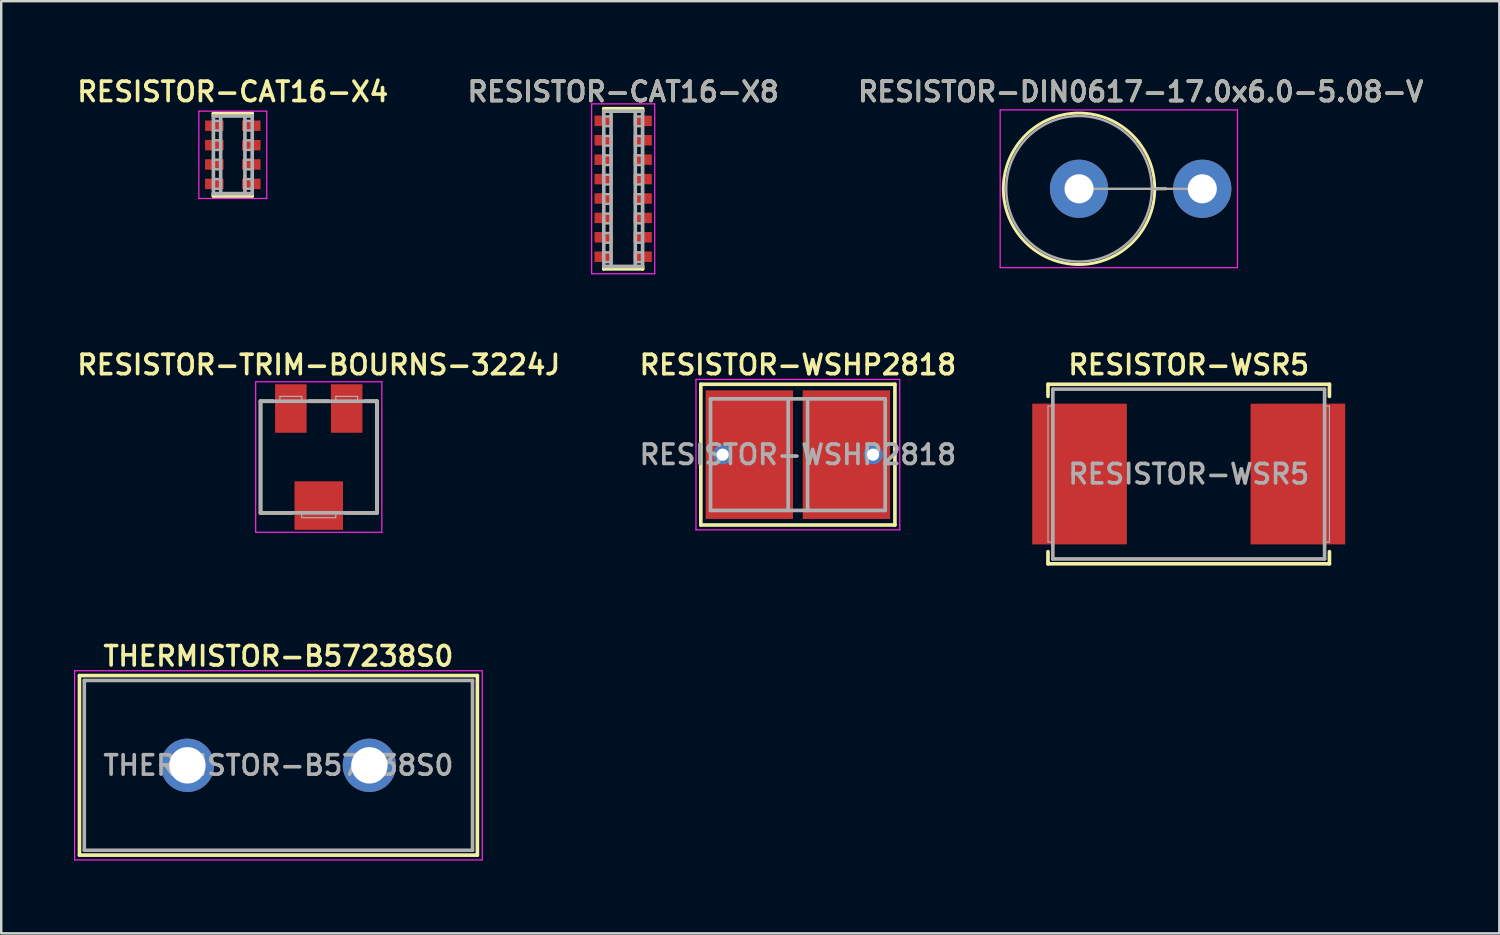
<source format=kicad_pcb>
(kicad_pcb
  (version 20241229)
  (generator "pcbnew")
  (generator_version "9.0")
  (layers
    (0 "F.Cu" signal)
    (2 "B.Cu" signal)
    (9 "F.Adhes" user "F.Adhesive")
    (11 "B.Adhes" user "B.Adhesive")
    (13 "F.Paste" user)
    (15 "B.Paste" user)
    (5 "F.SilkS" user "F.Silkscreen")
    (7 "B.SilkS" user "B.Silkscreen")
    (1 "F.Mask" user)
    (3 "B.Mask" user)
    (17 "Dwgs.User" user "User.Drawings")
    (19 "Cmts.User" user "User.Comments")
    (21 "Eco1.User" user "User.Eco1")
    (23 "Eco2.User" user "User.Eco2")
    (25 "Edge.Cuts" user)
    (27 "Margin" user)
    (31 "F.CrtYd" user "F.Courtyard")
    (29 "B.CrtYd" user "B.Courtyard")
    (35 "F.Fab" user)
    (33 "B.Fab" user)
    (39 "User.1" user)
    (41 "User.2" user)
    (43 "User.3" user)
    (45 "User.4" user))
  (footprint "RESISTOR-WSHP2818"
    (layer "F.Cu")
    (at 29.835 15.688)
    (property "Reference" "RESISTOR-WSHP2818" (at 0 -3.7 0) (layer "F.SilkS") (effects (font (size 0.8 0.8) (thickness 0.15))))
    (attr smd)
    (fp_line (start -4 -2.9) (end -4 2.9) (stroke (width 0.15) (type solid)) (layer "F.SilkS"))
    (fp_line (start -4 -2.9) (end 4 -2.9) (stroke (width 0.15) (type solid)) (layer "F.SilkS"))
    (fp_line (start 4 -2.9) (end 4 2.9) (stroke (width 0.15) (type solid)) (layer "F.SilkS"))
    (fp_line (start 4 2.9) (end -4 2.9) (stroke (width 0.15) (type solid)) (layer "F.SilkS"))
    (fp_line (start -4.2 -3.1) (end -4.2 3.1) (stroke (width 0.05) (type solid)) (layer "F.CrtYd"))
    (fp_line (start -4.2 -3.1) (end 4.2 -3.1) (stroke (width 0.05) (type solid)) (layer "F.CrtYd"))
    (fp_line (start -4.2 3.1) (end 4.2 3.1) (stroke (width 0.05) (type solid)) (layer "F.CrtYd"))
    (fp_line (start 4.2 -3.1) (end 4.2 3.1) (stroke (width 0.05) (type solid)) (layer "F.CrtYd"))
    (fp_line (start -3.6 -2.3) (end 3.6 -2.3) (stroke (width 0.15) (type solid)) (layer "F.Fab"))
    (fp_line (start -3.6 2.3) (end -3.6 -2.3) (stroke (width 0.15) (type solid)) (layer "F.Fab"))
    (fp_line (start -0.4 -2.3) (end -0.4 2.3) (stroke (width 0.15) (type solid)) (layer "F.Fab"))
    (fp_line (start 0.4 -2.3) (end 0.4 2.3) (stroke (width 0.15) (type solid)) (layer "F.Fab"))
    (fp_line (start 3.6 -2.3) (end 3.6 2.3) (stroke (width 0.15) (type solid)) (layer "F.Fab"))
    (fp_line (start 3.6 2.3) (end -3.6 2.3) (stroke (width 0.15) (type solid)) (layer "F.Fab"))
    (fp_text user "${REFERENCE}" (at 0 0 0) (layer "F.Fab") (effects (font (size 0.8 0.8) (thickness 0.15))))
    (pad "1" thru_hole circle (at -3.1 0) (size 0.8 0.8) (drill 0.5) (layers "*.Cu" "*.Mask"))
    (pad "1" smd rect (at -2 0) (size 3.6 5.3) (layers "F.Cu" "F.Mask" "F.Paste"))
    (pad "2" smd rect (at 2 0) (size 3.6 5.3) (layers "F.Cu" "F.Mask" "F.Paste"))
    (pad "2" thru_hole circle (at 3.1 0) (size 0.8 0.8) (drill 0.5) (layers "*.Cu" "*.Mask")))
  (footprint "RESISTOR-DIN0617-17.0x6.0-5.08-V"
    (layer "F.Cu")
    (at 43.963 4.731)
    (property "Reference" "RESISTOR-DIN0617-17.0x6.0-5.08-V" (at 0 -4 0) (layer "F.SilkS") (effects (font (size 0.8 0.8) (thickness 0.15))))
    (attr through_hole)
    (fp_line (start 0.58 0) (end 1.04 0) (stroke (width 0.12) (type solid)) (layer "F.SilkS"))
    (fp_circle (center -2.54 0) (end 0.58 0) (stroke (width 0.12) (type solid)) (fill no) (layer "F.SilkS"))
    (fp_line (start -5.79 -3.25) (end -5.79 3.25) (stroke (width 0.05) (type solid)) (layer "F.CrtYd"))
    (fp_line (start -5.79 3.25) (end 3.99 3.25) (stroke (width 0.05) (type solid)) (layer "F.CrtYd"))
    (fp_line (start 3.99 -3.25) (end -5.79 -3.25) (stroke (width 0.05) (type solid)) (layer "F.CrtYd"))
    (fp_line (start 3.99 3.25) (end 3.99 -3.25) (stroke (width 0.05) (type solid)) (layer "F.CrtYd"))
    (fp_line (start -2.54 0) (end 2.54 0) (stroke (width 0.1) (type solid)) (layer "F.Fab"))
    (fp_circle (center -2.54 0) (end 0.46 0) (stroke (width 0.1) (type solid)) (fill no) (layer "F.Fab"))
    (fp_text user "${REFERENCE}" (at 0 -4 0) (layer "F.Fab") (effects (font (size 0.8 0.8) (thickness 0.15))))
    (pad "1" thru_hole circle (at -2.54 0) (size 2.4 2.4) (drill 1.2) (layers "*.Cu" "*.Mask"))
    (pad "2" thru_hole oval (at 2.54 0) (size 2.4 2.4) (drill 1.2) (layers "*.Cu" "*.Mask")))
  (footprint "RESISTOR-TRIM-BOURNS-3224J"
    (layer "F.Cu")
    (at 10.088 15.787)
    (property "Reference" "RESISTOR-TRIM-BOURNS-3224J" (at 0 -3.8 0) (layer "F.SilkS") (effects (font (size 0.8 0.8) (thickness 0.15))))
    (attr through_hole)
    (fp_line (start -2.4 -2.3) (end -2.4 2.3) (stroke (width 0.15) (type solid)) (layer "F.SilkS"))
    (fp_line (start -2.4 2.3) (end -1.1 2.3) (stroke (width 0.15) (type solid)) (layer "F.SilkS"))
    (fp_line (start -1.9 -2.3) (end -2.4 -2.3) (stroke (width 0.15) (type solid)) (layer "F.SilkS"))
    (fp_line (start -0.4 -2.3) (end 0.4 -2.3) (stroke (width 0.15) (type solid)) (layer "F.SilkS"))
    (fp_line (start 1.1 2.3) (end 2.4 2.3) (stroke (width 0.15) (type solid)) (layer "F.SilkS"))
    (fp_line (start 2.4 -2.3) (end 1.9 -2.3) (stroke (width 0.15) (type solid)) (layer "F.SilkS"))
    (fp_line (start 2.4 2.3) (end 2.4 -2.3) (stroke (width 0.15) (type solid)) (layer "F.SilkS"))
    (fp_line (start -2.6 -3.1) (end 2.6 -3.1) (stroke (width 0.05) (type solid)) (layer "F.CrtYd"))
    (fp_line (start -2.6 3.1) (end -2.6 -3.1) (stroke (width 0.05) (type solid)) (layer "F.CrtYd"))
    (fp_line (start 2.6 -3.1) (end 2.6 3.1) (stroke (width 0.05) (type solid)) (layer "F.CrtYd"))
    (fp_line (start 2.6 3.1) (end -2.6 3.1) (stroke (width 0.05) (type solid)) (layer "F.CrtYd"))
    (fp_line (start -2.4 -2.3) (end 2.4 -2.3) (stroke (width 0.15) (type solid)) (layer "F.Fab"))
    (fp_line (start -2.4 2.3) (end -2.4 -2.3) (stroke (width 0.15) (type solid)) (layer "F.Fab"))
    (fp_line (start -1.6 -2.5) (end -1.6 -2.3) (stroke (width 0.05) (type solid)) (layer "F.Fab"))
    (fp_line (start -0.7 -2.5) (end -1.6 -2.5) (stroke (width 0.05) (type solid)) (layer "F.Fab"))
    (fp_line (start -0.7 -2.3) (end -0.7 -2.5) (stroke (width 0.05) (type solid)) (layer "F.Fab"))
    (fp_line (start -0.7 2.3) (end -0.7 2.5) (stroke (width 0.05) (type solid)) (layer "F.Fab"))
    (fp_line (start -0.7 2.5) (end 0.7 2.5) (stroke (width 0.05) (type solid)) (layer "F.Fab"))
    (fp_line (start 0.7 -2.5) (end 1.6 -2.5) (stroke (width 0.05) (type solid)) (layer "F.Fab"))
    (fp_line (start 0.7 -2.3) (end 0.7 -2.5) (stroke (width 0.05) (type solid)) (layer "F.Fab"))
    (fp_line (start 0.7 2.5) (end 0.7 2.3) (stroke (width 0.05) (type solid)) (layer "F.Fab"))
    (fp_line (start 1.6 -2.5) (end 1.6 -2.3) (stroke (width 0.05) (type solid)) (layer "F.Fab"))
    (fp_line (start 2.4 -2.3) (end 2.4 2.3) (stroke (width 0.15) (type solid)) (layer "F.Fab"))
    (fp_line (start 2.4 2.3) (end -2.4 2.3) (stroke (width 0.15) (type solid)) (layer "F.Fab"))
    (pad "1" smd rect (at -1.15 -2) (size 1.3 2) (layers "F.Cu" "F.Mask" "F.Paste"))
    (pad "2" smd rect (at 0 2) (size 2 2) (layers "F.Cu" "F.Mask" "F.Paste"))
    (pad "3" smd rect (at 1.15 -2) (size 1.3 2) (layers "F.Cu" "F.Mask" "F.Paste")))
  (footprint "RESISTOR-CAT16-X8"
    (layer "F.Cu")
    (at 22.635 4.731)
    (property "Reference" "RESISTOR-CAT16-X8" (at 0 -4 0) (layer "F.SilkS") (effects (font (size 0.8 0.8) (thickness 0.15))))
    (attr through_hole)
    (fp_line (start -0.8 -3.3) (end -0.8 -3.2) (stroke (width 0.15) (type solid)) (layer "F.SilkS"))
    (fp_line (start -0.8 -3.3) (end 0.8 -3.3) (stroke (width 0.15) (type solid)) (layer "F.SilkS"))
    (fp_line (start -0.8 3.2) (end -0.8 3.3) (stroke (width 0.15) (type solid)) (layer "F.SilkS"))
    (fp_line (start -0.8 3.3) (end 0.8 3.3) (stroke (width 0.15) (type solid)) (layer "F.SilkS"))
    (fp_line (start 0.8 -3.3) (end 0.8 -3.2) (stroke (width 0.15) (type solid)) (layer "F.SilkS"))
    (fp_line (start 0.8 3.2) (end 0.8 3.3) (stroke (width 0.15) (type solid)) (layer "F.SilkS"))
    (fp_line (start -1.3 -3.5) (end 1.3 -3.5) (stroke (width 0.05) (type solid)) (layer "F.CrtYd"))
    (fp_line (start -1.3 3.5) (end -1.3 -3.5) (stroke (width 0.05) (type solid)) (layer "F.CrtYd"))
    (fp_line (start -1.3 3.5) (end 1.3 3.5) (stroke (width 0.05) (type solid)) (layer "F.CrtYd"))
    (fp_line (start 1.3 -3.5) (end 1.3 3.5) (stroke (width 0.05) (type solid)) (layer "F.CrtYd"))
    (fp_line (start -0.8 -3.2) (end -0.8 3.2) (stroke (width 0.15) (type solid)) (layer "F.Fab"))
    (fp_line (start -0.8 -3.2) (end 0.8 -3.2) (stroke (width 0.15) (type solid)) (layer "F.Fab"))
    (fp_line (start -0.8 -2.978) (end -0.5 -2.978) (stroke (width 0.1) (type solid)) (layer "F.Fab"))
    (fp_line (start -0.8 -2.579) (end -0.5 -2.579) (stroke (width 0.1) (type solid)) (layer "F.Fab"))
    (fp_line (start -0.8 -1.779) (end -0.5 -1.779) (stroke (width 0.1) (type solid)) (layer "F.Fab"))
    (fp_line (start -0.8 -0.979) (end -0.5 -0.979) (stroke (width 0.1) (type solid)) (layer "F.Fab"))
    (fp_line (start -0.8 -0.577) (end -0.5 -0.577) (stroke (width 0.1) (type solid)) (layer "F.Fab"))
    (fp_line (start -0.8 -0.178) (end -0.5 -0.178) (stroke (width 0.1) (type solid)) (layer "F.Fab"))
    (fp_line (start -0.8 0.223) (end -0.5 0.223) (stroke (width 0.1) (type solid)) (layer "F.Fab"))
    (fp_line (start -0.8 0.622) (end -0.5 0.622) (stroke (width 0.1) (type solid)) (layer "F.Fab"))
    (fp_line (start -0.8 1.023) (end -0.5 1.023) (stroke (width 0.1) (type solid)) (layer "F.Fab"))
    (fp_line (start -0.8 1.422) (end -0.5 1.422) (stroke (width 0.1) (type solid)) (layer "F.Fab"))
    (fp_line (start -0.8 1.823) (end -0.5 1.823) (stroke (width 0.1) (type solid)) (layer "F.Fab"))
    (fp_line (start -0.8 2.222) (end -0.5 2.222) (stroke (width 0.1) (type solid)) (layer "F.Fab"))
    (fp_line (start -0.8 2.623) (end -0.5 2.623) (stroke (width 0.1) (type solid)) (layer "F.Fab"))
    (fp_line (start -0.8 3.022) (end -0.5 3.022) (stroke (width 0.1) (type solid)) (layer "F.Fab"))
    (fp_line (start -0.8 3.2) (end 0.8 3.2) (stroke (width 0.15) (type solid)) (layer "F.Fab"))
    (fp_line (start -0.5 -2.177) (end -0.8 -2.177) (stroke (width 0.1) (type solid)) (layer "F.Fab"))
    (fp_line (start -0.5 -1.377) (end -0.8 -1.377) (stroke (width 0.1) (type solid)) (layer "F.Fab"))
    (fp_line (start -0.5 3.2) (end -0.5 -3.2) (stroke (width 0.15) (type solid)) (layer "F.Fab"))
    (fp_line (start 0.5 -3.2) (end 0.5 3.2) (stroke (width 0.15) (type solid)) (layer "F.Fab"))
    (fp_line (start 0.5 -2.978) (end 0.8 -2.978) (stroke (width 0.1) (type solid)) (layer "F.Fab"))
    (fp_line (start 0.5 -2.579) (end 0.8 -2.579) (stroke (width 0.1) (type solid)) (layer "F.Fab"))
    (fp_line (start 0.5 -1.779) (end 0.8 -1.779) (stroke (width 0.1) (type solid)) (layer "F.Fab"))
    (fp_line (start 0.5 -0.979) (end 0.8 -0.979) (stroke (width 0.1) (type solid)) (layer "F.Fab"))
    (fp_line (start 0.5 -0.577) (end 0.8 -0.577) (stroke (width 0.1) (type solid)) (layer "F.Fab"))
    (fp_line (start 0.5 -0.178) (end 0.8 -0.178) (stroke (width 0.1) (type solid)) (layer "F.Fab"))
    (fp_line (start 0.5 0.223) (end 0.8 0.223) (stroke (width 0.1) (type solid)) (layer "F.Fab"))
    (fp_line (start 0.5 0.622) (end 0.8 0.622) (stroke (width 0.1) (type solid)) (layer "F.Fab"))
    (fp_line (start 0.5 1.023) (end 0.8 1.023) (stroke (width 0.1) (type solid)) (layer "F.Fab"))
    (fp_line (start 0.5 1.422) (end 0.8 1.422) (stroke (width 0.1) (type solid)) (layer "F.Fab"))
    (fp_line (start 0.5 1.823) (end 0.8 1.823) (stroke (width 0.1) (type solid)) (layer "F.Fab"))
    (fp_line (start 0.5 2.222) (end 0.8 2.222) (stroke (width 0.1) (type solid)) (layer "F.Fab"))
    (fp_line (start 0.5 2.623) (end 0.8 2.623) (stroke (width 0.1) (type solid)) (layer "F.Fab"))
    (fp_line (start 0.5 3.022) (end 0.8 3.022) (stroke (width 0.1) (type solid)) (layer "F.Fab"))
    (fp_line (start 0.8 -2.177) (end 0.5 -2.177) (stroke (width 0.1) (type solid)) (layer "F.Fab"))
    (fp_line (start 0.8 -1.377) (end 0.5 -1.377) (stroke (width 0.1) (type solid)) (layer "F.Fab"))
    (fp_line (start 0.8 3.2) (end 0.8 -3.2) (stroke (width 0.15) (type solid)) (layer "F.Fab"))
    (fp_text user "${REFERENCE}" (at 0 -4 0) (layer "F.Fab") (effects (font (size 0.8 0.8) (thickness 0.15))))
    (pad "1" smd rect (at 0.8 2.8) (size 0.762 0.432) (layers "F.Cu" "F.Mask" "F.Paste"))
    (pad "2" smd rect (at 0.8 2) (size 0.762 0.432) (layers "F.Cu" "F.Mask" "F.Paste"))
    (pad "3" smd rect (at 0.8 1.2) (size 0.762 0.432) (layers "F.Cu" "F.Mask" "F.Paste"))
    (pad "4" smd rect (at 0.8 0.4) (size 0.762 0.432) (layers "F.Cu" "F.Mask" "F.Paste"))
    (pad "5" smd rect (at 0.8 -0.4) (size 0.762 0.432) (layers "F.Cu" "F.Mask" "F.Paste"))
    (pad "6" smd rect (at 0.8 -1.2) (size 0.762 0.432) (layers "F.Cu" "F.Mask" "F.Paste"))
    (pad "7" smd rect (at 0.8 -2) (size 0.762 0.432) (layers "F.Cu" "F.Mask" "F.Paste"))
    (pad "8" smd rect (at 0.8 -2.8) (size 0.762 0.432) (layers "F.Cu" "F.Mask" "F.Paste"))
    (pad "9" smd rect (at -0.8 -2.8) (size 0.762 0.432) (layers "F.Cu" "F.Mask" "F.Paste"))
    (pad "10" smd rect (at -0.8 -2) (size 0.762 0.432) (layers "F.Cu" "F.Mask" "F.Paste"))
    (pad "11" smd rect (at -0.8 -1.2) (size 0.762 0.432) (layers "F.Cu" "F.Mask" "F.Paste"))
    (pad "12" smd rect (at -0.8 -0.4) (size 0.762 0.432) (layers "F.Cu" "F.Mask" "F.Paste"))
    (pad "13" smd rect (at -0.8 0.4) (size 0.762 0.432) (layers "F.Cu" "F.Mask" "F.Paste"))
    (pad "14" smd rect (at -0.8 1.2) (size 0.762 0.432) (layers "F.Cu" "F.Mask" "F.Paste"))
    (pad "15" smd rect (at -0.8 2) (size 0.762 0.432) (layers "F.Cu" "F.Mask" "F.Paste"))
    (pad "16" smd rect (at -0.8 2.8) (size 0.762 0.432) (layers "F.Cu" "F.Mask" "F.Paste")))
  (footprint "THERMISTOR-B57238S0"
    (layer "F.Cu")
    (at 8.425 28.494)
    (property "Reference" "THERMISTOR-B57238S0" (at 0 -4.5 0) (layer "F.SilkS") (effects (font (size 0.8 0.8) (thickness 0.15))))
    (attr through_hole)
    (fp_line (start -8.2 -3.7) (end 8.2 -3.7) (stroke (width 0.15) (type solid)) (layer "F.SilkS"))
    (fp_line (start -8.2 3.7) (end -8.2 -3.7) (stroke (width 0.15) (type solid)) (layer "F.SilkS"))
    (fp_line (start 8.2 -3.7) (end 8.2 3.7) (stroke (width 0.15) (type solid)) (layer "F.SilkS"))
    (fp_line (start 8.2 3.7) (end -8.2 3.7) (stroke (width 0.15) (type solid)) (layer "F.SilkS"))
    (fp_line (start -8.4 -3.9) (end 8.4 -3.9) (stroke (width 0.05) (type solid)) (layer "F.CrtYd"))
    (fp_line (start -8.4 3.9) (end -8.4 -3.9) (stroke (width 0.05) (type solid)) (layer "F.CrtYd"))
    (fp_line (start 8.4 -3.9) (end 8.4 3.9) (stroke (width 0.05) (type solid)) (layer "F.CrtYd"))
    (fp_line (start 8.4 3.9) (end -8.4 3.9) (stroke (width 0.05) (type solid)) (layer "F.CrtYd"))
    (fp_line (start -8 -3.5) (end -8 3.5) (stroke (width 0.15) (type solid)) (layer "F.Fab"))
    (fp_line (start -8 3.5) (end 8 3.5) (stroke (width 0.15) (type solid)) (layer "F.Fab"))
    (fp_line (start 8 -3.5) (end -8 -3.5) (stroke (width 0.15) (type solid)) (layer "F.Fab"))
    (fp_line (start 8 3.5) (end 8 -3.5) (stroke (width 0.15) (type solid)) (layer "F.Fab"))
    (fp_text user "${REFERENCE}" (at 0 0 0) (layer "F.Fab") (effects (font (size 0.8 0.8) (thickness 0.15))))
    (pad "1" thru_hole circle (at -3.75 0) (size 2.2 2.2) (drill 1.5) (layers "*.Cu" "*.Mask"))
    (pad "2" thru_hole circle (at 3.75 0) (size 2.2 2.2) (drill 1.5) (layers "*.Cu" "*.Mask")))
  (footprint "RESISTOR-CAT16-X4"
    (layer "F.Cu")
    (at 6.545 3.331)
    (property "Reference" "RESISTOR-CAT16-X4" (at 0 -2.6 0) (layer "F.SilkS") (effects (font (size 0.8 0.8) (thickness 0.15))))
    (attr through_hole)
    (fp_line (start -0.8 -1.7) (end -0.8 -1.6) (stroke (width 0.15) (type solid)) (layer "F.SilkS"))
    (fp_line (start -0.8 -1.7) (end 0.8 -1.7) (stroke (width 0.15) (type solid)) (layer "F.SilkS"))
    (fp_line (start -0.8 1.7) (end -0.8 1.6) (stroke (width 0.15) (type solid)) (layer "F.SilkS"))
    (fp_line (start -0.8 1.7) (end 0.8 1.7) (stroke (width 0.15) (type solid)) (layer "F.SilkS"))
    (fp_line (start 0.8 -1.7) (end 0.8 -1.6) (stroke (width 0.15) (type solid)) (layer "F.SilkS"))
    (fp_line (start 0.8 1.7) (end 0.8 1.6) (stroke (width 0.15) (type solid)) (layer "F.SilkS"))
    (fp_line (start -1.4 -1.8) (end 1.4 -1.8) (stroke (width 0.05) (type solid)) (layer "F.CrtYd"))
    (fp_line (start -1.4 1.8) (end -1.4 -1.8) (stroke (width 0.05) (type solid)) (layer "F.CrtYd"))
    (fp_line (start 1.4 -1.8) (end 1.4 1.8) (stroke (width 0.05) (type solid)) (layer "F.CrtYd"))
    (fp_line (start 1.4 1.8) (end -1.4 1.8) (stroke (width 0.05) (type solid)) (layer "F.CrtYd"))
    (fp_line (start -0.8 -1.6) (end -0.8 1.6) (stroke (width 0.15) (type solid)) (layer "F.Fab"))
    (fp_line (start -0.8 -1.6) (end 0.8 -1.6) (stroke (width 0.15) (type solid)) (layer "F.Fab"))
    (fp_line (start -0.8 -1.4) (end -0.5 -1.4) (stroke (width 0.1) (type solid)) (layer "F.Fab"))
    (fp_line (start -0.8 -1.001) (end -0.5 -1.001) (stroke (width 0.1) (type solid)) (layer "F.Fab"))
    (fp_line (start -0.8 -0.201) (end -0.5 -0.201) (stroke (width 0.1) (type solid)) (layer "F.Fab"))
    (fp_line (start -0.8 0.599) (end -0.5 0.599) (stroke (width 0.1) (type solid)) (layer "F.Fab"))
    (fp_line (start -0.8 1.001) (end -0.5 1.001) (stroke (width 0.1) (type solid)) (layer "F.Fab"))
    (fp_line (start -0.8 1.4) (end -0.5 1.4) (stroke (width 0.1) (type solid)) (layer "F.Fab"))
    (fp_line (start -0.8 1.6) (end 0.8 1.6) (stroke (width 0.15) (type solid)) (layer "F.Fab"))
    (fp_line (start -0.5 -0.599) (end -0.8 -0.599) (stroke (width 0.1) (type solid)) (layer "F.Fab"))
    (fp_line (start -0.5 0.201) (end -0.8 0.201) (stroke (width 0.1) (type solid)) (layer "F.Fab"))
    (fp_line (start -0.5 1.6) (end -0.5 -1.6) (stroke (width 0.15) (type solid)) (layer "F.Fab"))
    (fp_line (start 0.5 -1.6) (end 0.5 1.6) (stroke (width 0.15) (type solid)) (layer "F.Fab"))
    (fp_line (start 0.5 -1.4) (end 0.8 -1.4) (stroke (width 0.1) (type solid)) (layer "F.Fab"))
    (fp_line (start 0.5 -1.001) (end 0.8 -1.001) (stroke (width 0.1) (type solid)) (layer "F.Fab"))
    (fp_line (start 0.5 -0.201) (end 0.8 -0.201) (stroke (width 0.1) (type solid)) (layer "F.Fab"))
    (fp_line (start 0.5 0.599) (end 0.8 0.599) (stroke (width 0.1) (type solid)) (layer "F.Fab"))
    (fp_line (start 0.5 1.001) (end 0.8 1.001) (stroke (width 0.1) (type solid)) (layer "F.Fab"))
    (fp_line (start 0.5 1.4) (end 0.8 1.4) (stroke (width 0.1) (type solid)) (layer "F.Fab"))
    (fp_line (start 0.8 -0.599) (end 0.5 -0.599) (stroke (width 0.1) (type solid)) (layer "F.Fab"))
    (fp_line (start 0.8 0.201) (end 0.5 0.201) (stroke (width 0.1) (type solid)) (layer "F.Fab"))
    (fp_line (start 0.8 1.6) (end 0.8 -1.6) (stroke (width 0.15) (type solid)) (layer "F.Fab"))
    (pad "1" smd rect (at 0.762 1.199) (size 0.762 0.432) (layers "F.Cu" "F.Mask" "F.Paste"))
    (pad "2" smd rect (at 0.762 0.399) (size 0.762 0.432) (layers "F.Cu" "F.Mask" "F.Paste"))
    (pad "3" smd rect (at 0.762 -0.399) (size 0.762 0.432) (layers "F.Cu" "F.Mask" "F.Paste"))
    (pad "4" smd rect (at 0.762 -1.199) (size 0.762 0.432) (layers "F.Cu" "F.Mask" "F.Paste"))
    (pad "5" smd rect (at -0.762 -1.199) (size 0.762 0.432) (layers "F.Cu" "F.Mask" "F.Paste"))
    (pad "6" smd rect (at -0.762 -0.399) (size 0.762 0.432) (layers "F.Cu" "F.Mask" "F.Paste"))
    (pad "7" smd rect (at -0.762 0.399) (size 0.762 0.432) (layers "F.Cu" "F.Mask" "F.Paste"))
    (pad "8" smd rect (at -0.762 1.199) (size 0.762 0.432) (layers "F.Cu" "F.Mask" "F.Paste")))
  (footprint "RESISTOR-WSR5"
    (layer "F.Cu")
    (at 45.944 16.488)
    (property "Reference" "RESISTOR-WSR5" (at 0 -4.5 0) (layer "F.SilkS") (effects (font (size 0.8 0.8) (thickness 0.15))))
    (attr through_hole)
    (fp_line (start -5.8 -3.7) (end -5.8 -3.2) (stroke (width 0.15) (type solid)) (layer "F.SilkS"))
    (fp_line (start -5.8 -3.7) (end 5.8 -3.7) (stroke (width 0.15) (type solid)) (layer "F.SilkS"))
    (fp_line (start -5.8 3.7) (end -5.8 3.2) (stroke (width 0.15) (type solid)) (layer "F.SilkS"))
    (fp_line (start 5.8 -3.7) (end 5.8 -3.2) (stroke (width 0.15) (type solid)) (layer "F.SilkS"))
    (fp_line (start 5.8 3.7) (end -5.8 3.7) (stroke (width 0.15) (type solid)) (layer "F.SilkS"))
    (fp_line (start 5.8 3.7) (end 5.8 3.2) (stroke (width 0.15) (type solid)) (layer "F.SilkS"))
    (fp_line (start -5.8 -2.8) (end -5.8 2.8) (stroke (width 0.05) (type solid)) (layer "F.Fab"))
    (fp_line (start -5.8 2.8) (end -5.6 2.8) (stroke (width 0.05) (type solid)) (layer "F.Fab"))
    (fp_line (start -5.6 -3.5) (end -5.6 3.5) (stroke (width 0.15) (type solid)) (layer "F.Fab"))
    (fp_line (start -5.6 -2.8) (end -5.8 -2.8) (stroke (width 0.05) (type solid)) (layer "F.Fab"))
    (fp_line (start -5.6 3.5) (end 5.6 3.5) (stroke (width 0.15) (type solid)) (layer "F.Fab"))
    (fp_line (start 5.6 -3.5) (end -5.6 -3.5) (stroke (width 0.15) (type solid)) (layer "F.Fab"))
    (fp_line (start 5.6 2.8) (end 5.8 2.8) (stroke (width 0.05) (type solid)) (layer "F.Fab"))
    (fp_line (start 5.6 3.5) (end 5.6 -3.5) (stroke (width 0.15) (type solid)) (layer "F.Fab"))
    (fp_line (start 5.8 -2.8) (end 5.6 -2.8) (stroke (width 0.05) (type solid)) (layer "F.Fab"))
    (fp_line (start 5.8 -2.8) (end 5.8 2.8) (stroke (width 0.05) (type solid)) (layer "F.Fab"))
    (fp_text user "${REFERENCE}" (at 0 0 0) (layer "F.Fab") (effects (font (size 0.8 0.8) (thickness 0.15))))
    (pad "1" smd rect (at -4.5 0) (size 3.9 5.8) (layers "F.Cu" "F.Mask" "F.Paste"))
    (pad "2" smd rect (at 4.5 0) (size 3.9 5.8) (layers "F.Cu" "F.Mask" "F.Paste")))
  (gr_rect
    (start -3 -3)
    (end 58.746 35.419)
    (stroke (width 0.1) (type default))
    (fill no)
    (layer "Edge.Cuts")))
</source>
